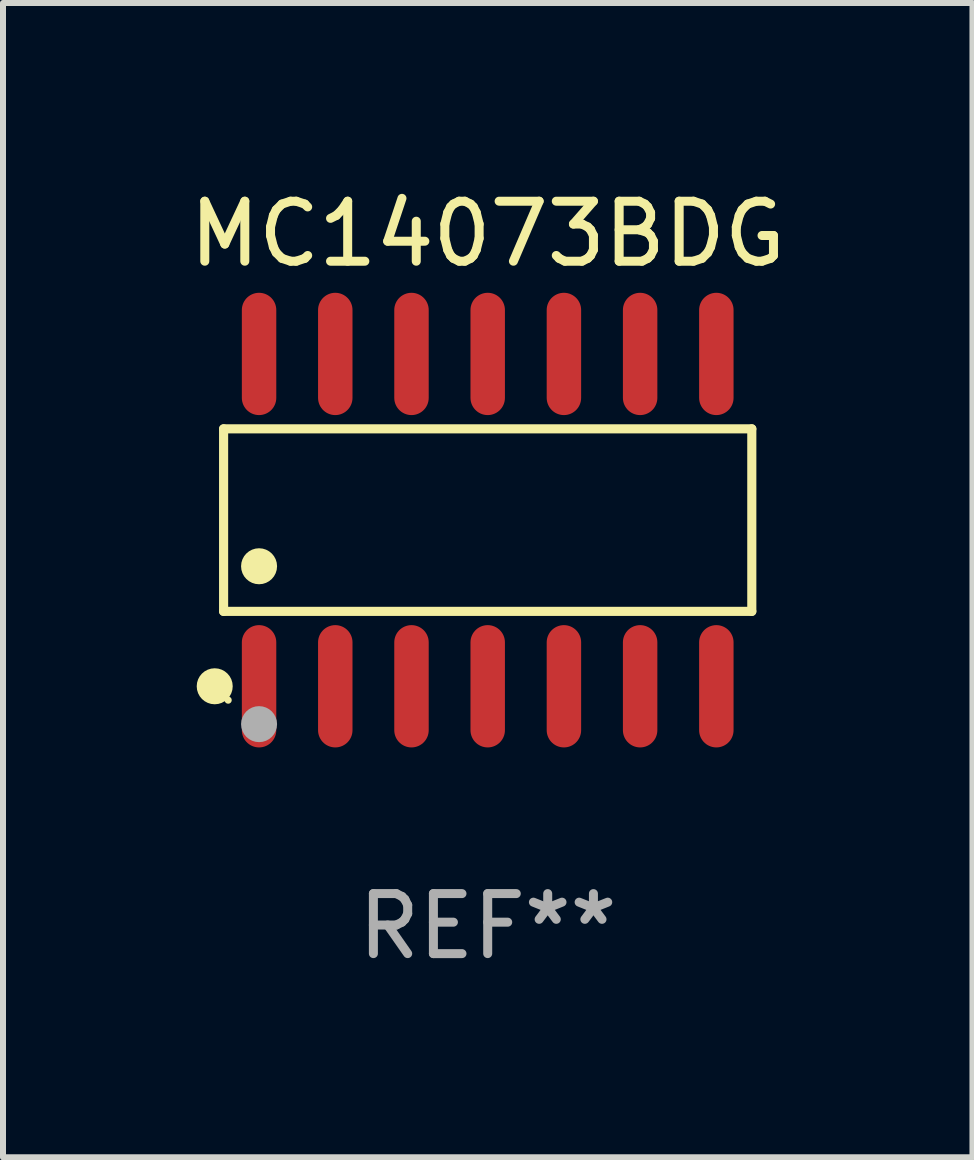
<source format=kicad_pcb>
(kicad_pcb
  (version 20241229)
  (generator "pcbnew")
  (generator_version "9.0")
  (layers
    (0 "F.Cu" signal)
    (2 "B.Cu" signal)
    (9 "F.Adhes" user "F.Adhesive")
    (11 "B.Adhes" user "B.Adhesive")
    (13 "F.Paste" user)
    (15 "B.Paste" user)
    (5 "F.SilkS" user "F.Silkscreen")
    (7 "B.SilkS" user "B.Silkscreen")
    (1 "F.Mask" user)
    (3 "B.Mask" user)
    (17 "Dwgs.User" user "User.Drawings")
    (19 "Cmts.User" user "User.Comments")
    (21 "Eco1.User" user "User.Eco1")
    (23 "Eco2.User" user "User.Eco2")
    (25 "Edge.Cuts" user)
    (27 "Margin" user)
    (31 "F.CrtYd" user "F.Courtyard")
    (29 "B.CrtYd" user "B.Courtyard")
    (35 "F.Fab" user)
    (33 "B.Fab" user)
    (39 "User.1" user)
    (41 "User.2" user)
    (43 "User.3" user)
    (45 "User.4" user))
  (footprint "MC14073BDG"
    (layer "F.Cu")
    (at 5.077 5.617)
    (property "Reference" "MC14073BDG" (at 0 -4.769 0) (layer "F.SilkS") (effects (font (size 1 1) (thickness 0.15))))
    (attr through_hole)
    (fp_line (start -4.401 -1.521) (end 4.401 -1.521) (stroke (width 0.152) (type solid)) (layer "F.SilkS"))
    (fp_line (start -4.401 1.521) (end -4.401 -1.521) (stroke (width 0.152) (type solid)) (layer "F.SilkS"))
    (fp_line (start 4.401 -1.521) (end 4.401 1.521) (stroke (width 0.152) (type solid)) (layer "F.SilkS"))
    (fp_line (start 4.401 1.521) (end -4.401 1.521) (stroke (width 0.152) (type solid)) (layer "F.SilkS"))
    (fp_circle (center -4.549 2.769) (end -4.399 2.769) (stroke (width 0.3) (type solid)) (fill no) (layer "F.SilkS"))
    (fp_circle (center -4.325 3) (end -4.295 3) (stroke (width 0.06) (type solid)) (fill no) (layer "F.SilkS"))
    (fp_circle (center -3.81 0.769) (end -3.66 0.769) (stroke (width 0.3) (type solid)) (fill no) (layer "F.SilkS"))
    (fp_circle (center -3.81 3.4) (end -3.66 3.4) (stroke (width 0.3) (type solid)) (fill no) (layer "F.Fab"))
    (fp_text user "REF**" (at 0 6.769 0) (layer "F.Fab") (effects (font (size 1 1) (thickness 0.15))))
    (pad "1" smd oval (at -3.81 2.769) (size 0.574 2.038) (layers "F.Cu" "F.Mask" "F.Paste"))
    (pad "2" smd oval (at -2.54 2.769) (size 0.574 2.038) (layers "F.Cu" "F.Mask" "F.Paste"))
    (pad "3" smd oval (at -1.27 2.769) (size 0.574 2.038) (layers "F.Cu" "F.Mask" "F.Paste"))
    (pad "4" smd oval (at 0 2.769) (size 0.574 2.038) (layers "F.Cu" "F.Mask" "F.Paste"))
    (pad "5" smd oval (at 1.27 2.769) (size 0.574 2.038) (layers "F.Cu" "F.Mask" "F.Paste"))
    (pad "6" smd oval (at 2.54 2.769) (size 0.574 2.038) (layers "F.Cu" "F.Mask" "F.Paste"))
    (pad "7" smd oval (at 3.81 2.769) (size 0.574 2.038) (layers "F.Cu" "F.Mask" "F.Paste"))
    (pad "8" smd oval (at 3.81 -2.769) (size 0.574 2.038) (layers "F.Cu" "F.Mask" "F.Paste"))
    (pad "9" smd oval (at 2.54 -2.769) (size 0.574 2.038) (layers "F.Cu" "F.Mask" "F.Paste"))
    (pad "10" smd oval (at 1.27 -2.769) (size 0.574 2.038) (layers "F.Cu" "F.Mask" "F.Paste"))
    (pad "11" smd oval (at 0 -2.769) (size 0.574 2.038) (layers "F.Cu" "F.Mask" "F.Paste"))
    (pad "12" smd oval (at -1.27 -2.769) (size 0.574 2.038) (layers "F.Cu" "F.Mask" "F.Paste"))
    (pad "13" smd oval (at -2.54 -2.769) (size 0.574 2.038) (layers "F.Cu" "F.Mask" "F.Paste"))
    (pad "14" smd oval (at -3.81 -2.769) (size 0.574 2.038) (layers "F.Cu" "F.Mask" "F.Paste")))
  (gr_rect
    (start -3 -3)
    (end 13.155 16.235)
    (stroke (width 0.1) (type default))
    (fill no)
    (layer "Edge.Cuts")))
</source>
